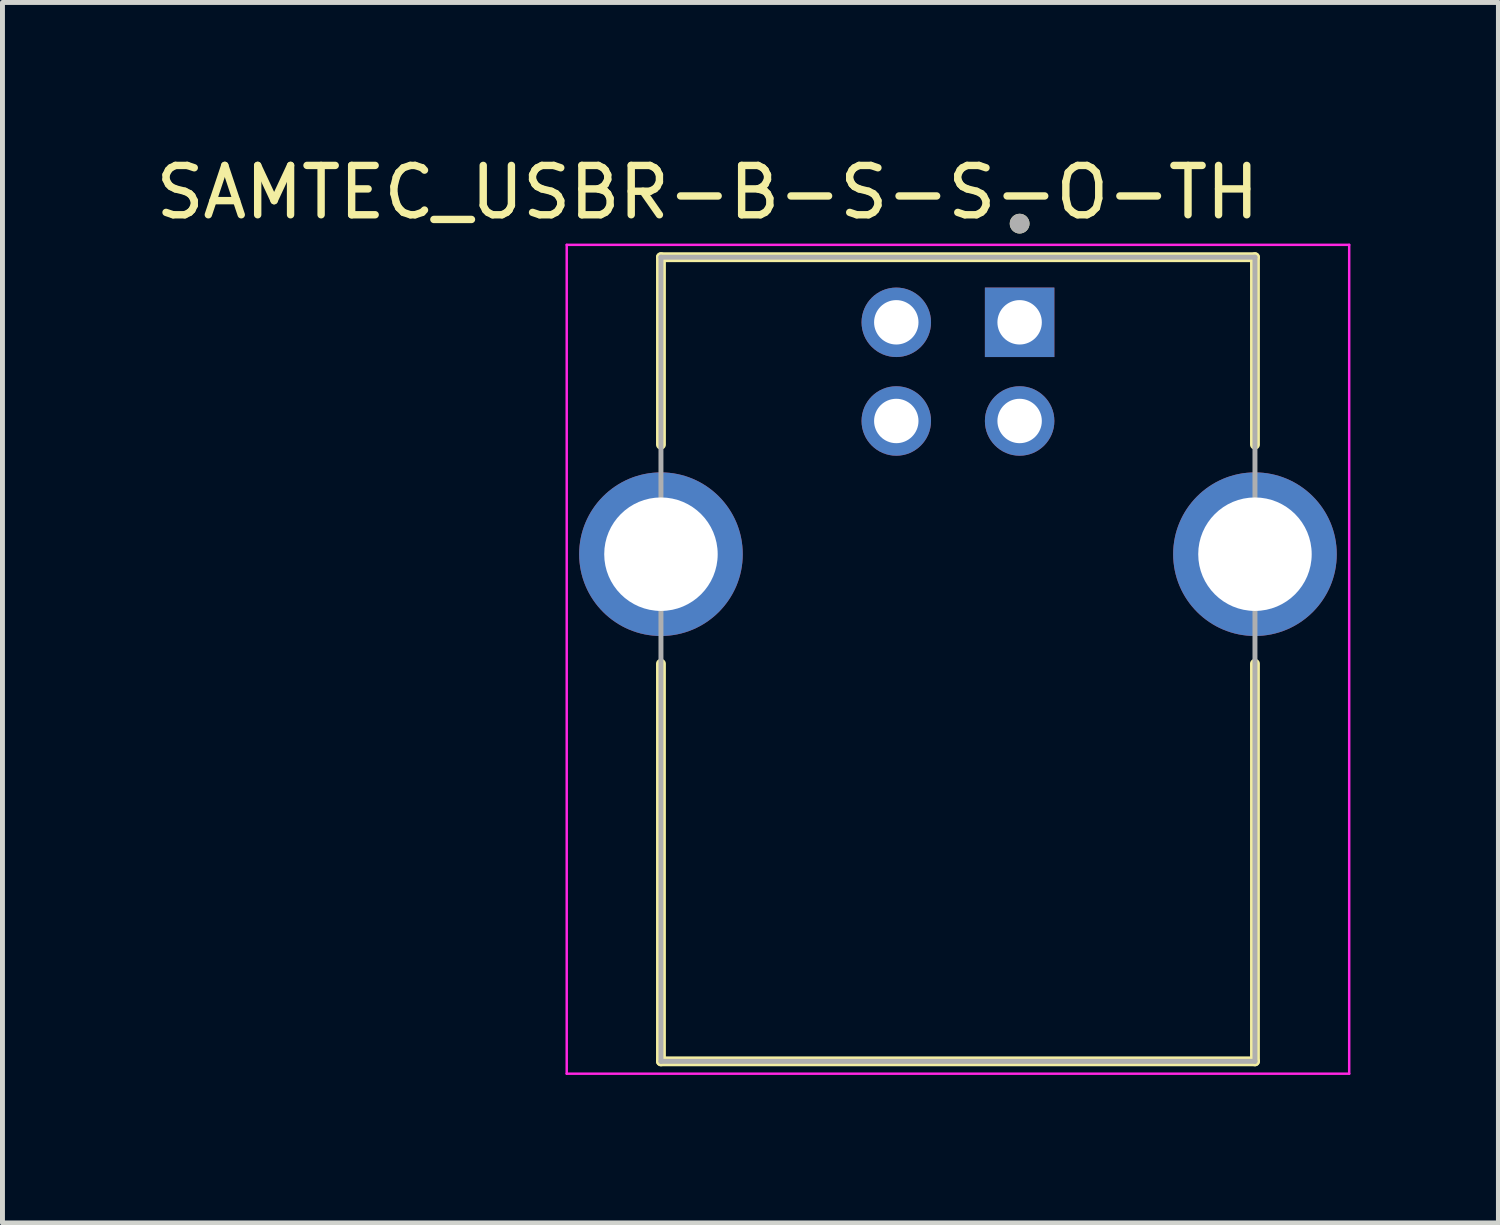
<source format=kicad_pcb>
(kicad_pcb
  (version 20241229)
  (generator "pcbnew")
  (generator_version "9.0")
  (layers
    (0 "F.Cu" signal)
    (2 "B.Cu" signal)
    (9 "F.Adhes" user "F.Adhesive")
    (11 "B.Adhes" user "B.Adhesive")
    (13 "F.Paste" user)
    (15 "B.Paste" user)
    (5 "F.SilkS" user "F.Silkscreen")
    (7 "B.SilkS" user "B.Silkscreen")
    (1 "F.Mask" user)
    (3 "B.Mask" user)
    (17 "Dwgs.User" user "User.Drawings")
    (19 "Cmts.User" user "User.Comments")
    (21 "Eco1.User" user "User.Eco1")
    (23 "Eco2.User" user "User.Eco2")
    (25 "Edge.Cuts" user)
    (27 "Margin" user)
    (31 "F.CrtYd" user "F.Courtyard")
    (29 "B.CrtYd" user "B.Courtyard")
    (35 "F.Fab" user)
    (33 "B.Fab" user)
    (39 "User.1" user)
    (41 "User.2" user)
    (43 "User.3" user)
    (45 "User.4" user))
  (footprint "SAMTEC_USBR-B-S-S-O-TH"
    (layer "F.Cu")
    (at 17.617 3.483)
    (property "Reference" "SAMTEC_USBR-B-S-S-O-TH" (at -6.325 -2.635 0) (layer "F.SilkS") (effects (font (size 1 1) (thickness 0.15))))
    (attr through_hole)
    (fp_line (start -7.27 -1.32) (end 4.77 -1.32) (stroke (width 0.2) (type solid)) (layer "F.SilkS"))
    (fp_line (start -7.27 2.48) (end -7.27 -1.32) (stroke (width 0.2) (type solid)) (layer "F.SilkS"))
    (fp_line (start -7.27 14.98) (end -7.27 6.92) (stroke (width 0.2) (type solid)) (layer "F.SilkS"))
    (fp_line (start 4.77 -1.32) (end 4.77 2.48) (stroke (width 0.2) (type solid)) (layer "F.SilkS"))
    (fp_line (start 4.77 6.92) (end 4.77 14.98) (stroke (width 0.2) (type solid)) (layer "F.SilkS"))
    (fp_line (start 4.77 14.98) (end -7.27 14.98) (stroke (width 0.2) (type solid)) (layer "F.SilkS"))
    (fp_circle (center 0 -2) (end 0.1 -2) (stroke (width 0.2) (type solid)) (fill no) (layer "F.SilkS"))
    (fp_line (start -9.18 -1.57) (end 6.68 -1.57) (stroke (width 0.05) (type solid)) (layer "F.CrtYd"))
    (fp_line (start -9.18 15.23) (end -9.18 -1.57) (stroke (width 0.05) (type solid)) (layer "F.CrtYd"))
    (fp_line (start 6.68 -1.57) (end 6.68 15.23) (stroke (width 0.05) (type solid)) (layer "F.CrtYd"))
    (fp_line (start 6.68 15.23) (end -9.18 15.23) (stroke (width 0.05) (type solid)) (layer "F.CrtYd"))
    (fp_line (start -7.27 -1.32) (end 4.77 -1.32) (stroke (width 0.1) (type solid)) (layer "F.Fab"))
    (fp_line (start -7.27 14.98) (end -7.27 -1.32) (stroke (width 0.1) (type solid)) (layer "F.Fab"))
    (fp_line (start 4.77 -1.32) (end 4.77 14.98) (stroke (width 0.1) (type solid)) (layer "F.Fab"))
    (fp_line (start 4.77 14.98) (end -7.27 14.98) (stroke (width 0.1) (type solid)) (layer "F.Fab"))
    (fp_circle (center 0 -2) (end 0.1 -2) (stroke (width 0.2) (type solid)) (fill no) (layer "F.Fab"))
    (pad "1" thru_hole rect (at 0 0) (size 1.408 1.408) (drill 0.9) (layers "*.Cu" "*.Mask"))
    (pad "2" thru_hole circle (at -2.5 0) (size 1.408 1.408) (drill 0.9) (layers "*.Cu" "*.Mask"))
    (pad "3" thru_hole circle (at -2.5 2) (size 1.408 1.408) (drill 0.9) (layers "*.Cu" "*.Mask"))
    (pad "4" thru_hole circle (at 0 2) (size 1.408 1.408) (drill 0.9) (layers "*.Cu" "*.Mask"))
    (pad "S1" thru_hole circle (at 4.77 4.7) (size 3.316 3.316) (drill 2.3) (layers "*.Cu" "*.Mask"))
    (pad "S2" thru_hole circle (at -7.27 4.7) (size 3.316 3.316) (drill 2.3) (layers "*.Cu" "*.Mask")))
  (gr_rect
    (start -3 -3)
    (end 27.322 21.738)
    (stroke (width 0.1) (type default))
    (fill no)
    (layer "Edge.Cuts")))
</source>
